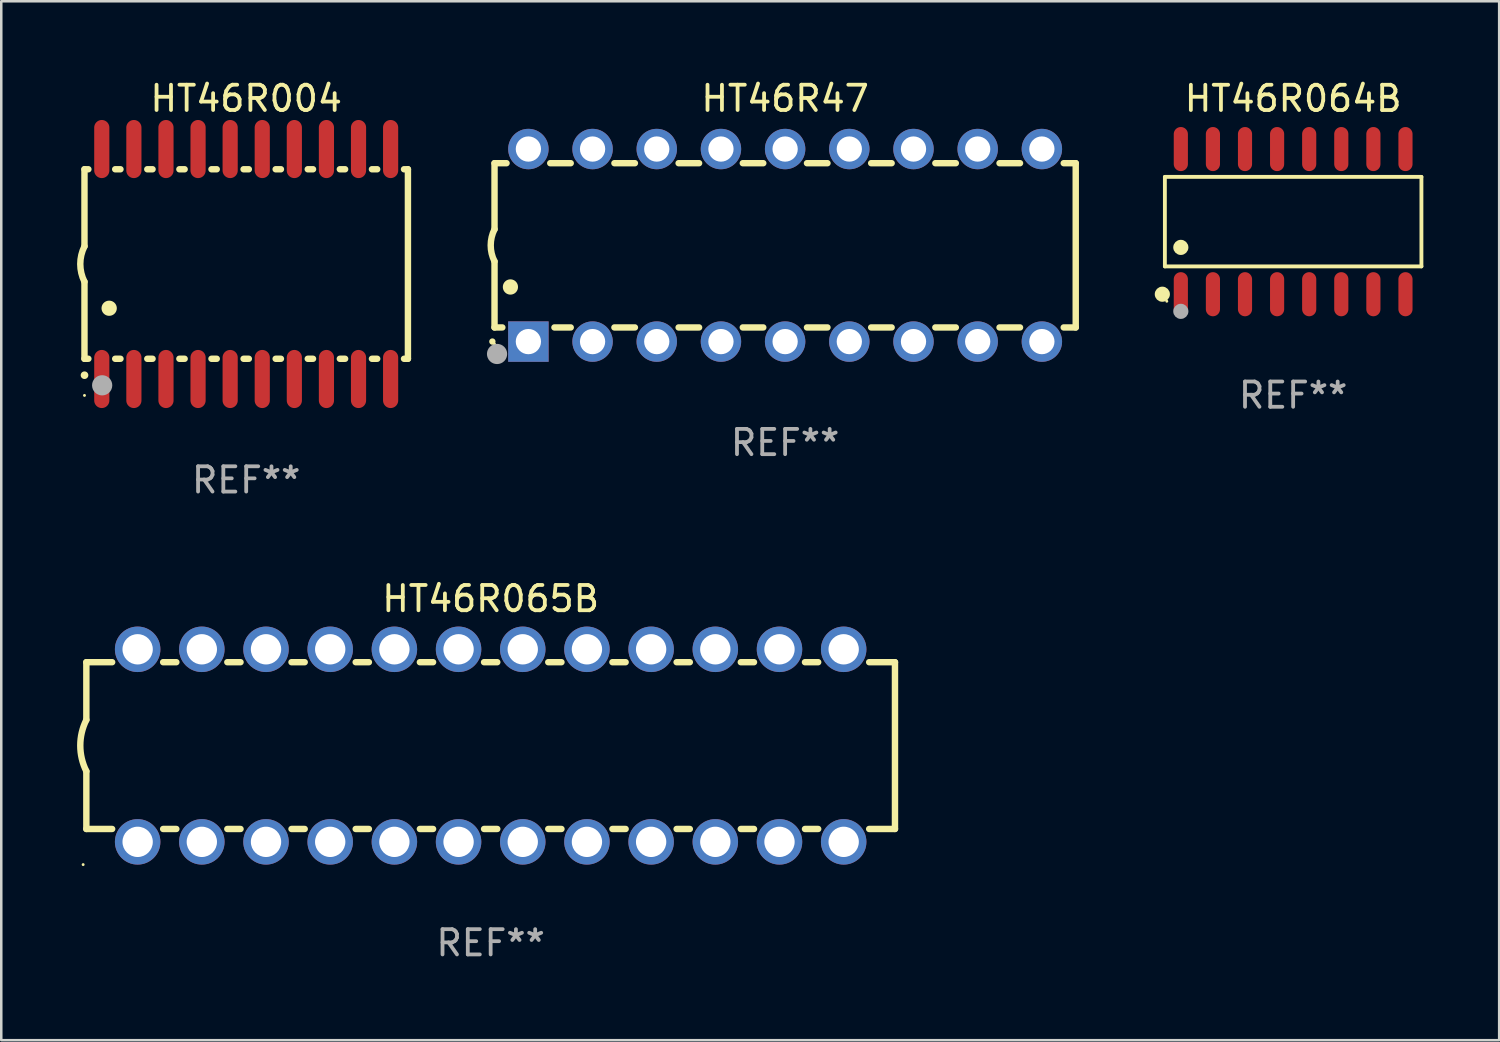
<source format=kicad_pcb>
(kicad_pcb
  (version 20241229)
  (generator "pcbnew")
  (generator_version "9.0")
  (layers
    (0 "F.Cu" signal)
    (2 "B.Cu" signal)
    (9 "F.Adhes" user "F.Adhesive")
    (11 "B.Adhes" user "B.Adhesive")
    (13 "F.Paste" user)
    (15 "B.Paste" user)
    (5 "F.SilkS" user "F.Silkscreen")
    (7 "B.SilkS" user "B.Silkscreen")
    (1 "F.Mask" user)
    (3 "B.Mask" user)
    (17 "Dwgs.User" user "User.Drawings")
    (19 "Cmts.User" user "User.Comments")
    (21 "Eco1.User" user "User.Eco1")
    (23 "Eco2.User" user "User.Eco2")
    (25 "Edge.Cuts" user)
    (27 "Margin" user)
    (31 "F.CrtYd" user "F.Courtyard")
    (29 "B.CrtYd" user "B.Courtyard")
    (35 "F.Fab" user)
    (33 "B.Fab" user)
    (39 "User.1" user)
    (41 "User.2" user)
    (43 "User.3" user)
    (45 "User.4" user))
  (footprint "HT46R47"
    (layer "F.Cu")
    (at 28.02 6.658)
    (property "Reference" "HT46R47" (at 0 -5.81 0) (layer "F.SilkS") (effects (font (size 1 1) (thickness 0.15))))
    (attr through_hole)
    (fp_line (start -11.5 -3.25) (end -11.5 -0.635) (stroke (width 0.254) (type solid)) (layer "F.SilkS"))
    (fp_line (start -11.5 3.25) (end -11.5 0.635) (stroke (width 0.254) (type solid)) (layer "F.SilkS"))
    (fp_line (start -11.5 3.25) (end -11.191 3.25) (stroke (width 0.254) (type solid)) (layer "F.SilkS"))
    (fp_line (start -11.025 -3.25) (end -11.5 -3.25) (stroke (width 0.254) (type solid)) (layer "F.SilkS"))
    (fp_line (start -9.129 3.25) (end -8.485 3.25) (stroke (width 0.254) (type solid)) (layer "F.SilkS"))
    (fp_line (start -8.485 -3.25) (end -9.295 -3.25) (stroke (width 0.254) (type solid)) (layer "F.SilkS"))
    (fp_line (start -6.755 3.25) (end -5.945 3.25) (stroke (width 0.254) (type solid)) (layer "F.SilkS"))
    (fp_line (start -5.945 -3.25) (end -6.755 -3.25) (stroke (width 0.254) (type solid)) (layer "F.SilkS"))
    (fp_line (start -4.215 3.25) (end -3.405 3.25) (stroke (width 0.254) (type solid)) (layer "F.SilkS"))
    (fp_line (start -3.405 -3.25) (end -4.215 -3.25) (stroke (width 0.254) (type solid)) (layer "F.SilkS"))
    (fp_line (start -1.675 3.25) (end -0.865 3.25) (stroke (width 0.254) (type solid)) (layer "F.SilkS"))
    (fp_line (start -0.865 -3.25) (end -1.675 -3.25) (stroke (width 0.254) (type solid)) (layer "F.SilkS"))
    (fp_line (start 0.865 3.25) (end 1.675 3.25) (stroke (width 0.254) (type solid)) (layer "F.SilkS"))
    (fp_line (start 1.675 -3.25) (end 0.865 -3.25) (stroke (width 0.254) (type solid)) (layer "F.SilkS"))
    (fp_line (start 3.405 3.25) (end 4.215 3.25) (stroke (width 0.254) (type solid)) (layer "F.SilkS"))
    (fp_line (start 4.215 -3.25) (end 3.405 -3.25) (stroke (width 0.254) (type solid)) (layer "F.SilkS"))
    (fp_line (start 5.945 3.25) (end 6.755 3.25) (stroke (width 0.254) (type solid)) (layer "F.SilkS"))
    (fp_line (start 6.755 -3.25) (end 5.945 -3.25) (stroke (width 0.254) (type solid)) (layer "F.SilkS"))
    (fp_line (start 8.485 3.25) (end 9.295 3.25) (stroke (width 0.254) (type solid)) (layer "F.SilkS"))
    (fp_line (start 9.295 -3.25) (end 8.485 -3.25) (stroke (width 0.254) (type solid)) (layer "F.SilkS"))
    (fp_line (start 11.025 3.25) (end 11.5 3.25) (stroke (width 0.254) (type solid)) (layer "F.SilkS"))
    (fp_line (start 11.5 -3.25) (end 11.025 -3.25) (stroke (width 0.254) (type solid)) (layer "F.SilkS"))
    (fp_line (start 11.5 -3.25) (end 11.5 3.25) (stroke (width 0.254) (type solid)) (layer "F.SilkS"))
    (fp_arc (start -11.584963 3.810008) (mid -11.58497 3.808738) (end -11.584963 3.807468) (stroke (width 0.25) (type solid)) (layer "F.SilkS"))
    (fp_arc (start -11.501143 0.635001) (mid -11.650665 -0.000132) (end -11.500025 -0.635001) (stroke (width 0.254001) (type solid)) (layer "F.SilkS"))
    (fp_arc (start -10.871222 1.651003) (mid -10.871233 1.648463) (end -10.871222 1.645923) (stroke (width 0.6) (type solid)) (layer "F.SilkS"))
    (fp_circle (center -11.5 3.91) (end -11.47 3.91) (stroke (width 0.06) (type solid)) (fill no) (layer "F.SilkS"))
    (fp_circle (center -11.4 4.3) (end -11.2 4.3) (stroke (width 0.4) (type solid)) (fill no) (layer "F.Fab"))
    (fp_text user "REF**" (at 0 7.81 0) (layer "F.Fab") (effects (font (size 1 1) (thickness 0.15))))
    (pad "1" thru_hole rect (at -10.16 3.81 90) (size 1.6 1.6) (drill 1) (layers "*.Cu" "*.Mask"))
    (pad "2" thru_hole circle (at -7.62 3.81 90) (size 1.6 1.6) (drill 1) (layers "*.Cu" "*.Mask"))
    (pad "3" thru_hole circle (at -5.08 3.81 90) (size 1.6 1.6) (drill 1) (layers "*.Cu" "*.Mask"))
    (pad "4" thru_hole circle (at -2.54 3.81 90) (size 1.6 1.6) (drill 1) (layers "*.Cu" "*.Mask"))
    (pad "5" thru_hole circle (at 0 3.81 90) (size 1.6 1.6) (drill 1) (layers "*.Cu" "*.Mask"))
    (pad "6" thru_hole circle (at 2.54 3.81 90) (size 1.6 1.6) (drill 1) (layers "*.Cu" "*.Mask"))
    (pad "7" thru_hole circle (at 5.08 3.81 90) (size 1.6 1.6) (drill 1) (layers "*.Cu" "*.Mask"))
    (pad "8" thru_hole circle (at 7.62 3.81 90) (size 1.6 1.6) (drill 1) (layers "*.Cu" "*.Mask"))
    (pad "9" thru_hole circle (at 10.16 3.81 90) (size 1.6 1.6) (drill 1) (layers "*.Cu" "*.Mask"))
    (pad "10" thru_hole circle (at 10.16 -3.81 90) (size 1.6 1.6) (drill 1) (layers "*.Cu" "*.Mask"))
    (pad "11" thru_hole circle (at 7.62 -3.81 90) (size 1.6 1.6) (drill 1) (layers "*.Cu" "*.Mask"))
    (pad "12" thru_hole circle (at 5.08 -3.81 90) (size 1.6 1.6) (drill 1) (layers "*.Cu" "*.Mask"))
    (pad "13" thru_hole circle (at 2.54 -3.81 90) (size 1.6 1.6) (drill 1) (layers "*.Cu" "*.Mask"))
    (pad "14" thru_hole circle (at 0 -3.81 90) (size 1.6 1.6) (drill 1) (layers "*.Cu" "*.Mask"))
    (pad "15" thru_hole circle (at -2.54 -3.81 90) (size 1.6 1.6) (drill 1) (layers "*.Cu" "*.Mask"))
    (pad "16" thru_hole circle (at -5.08 -3.81 90) (size 1.6 1.6) (drill 1) (layers "*.Cu" "*.Mask"))
    (pad "17" thru_hole circle (at -7.62 -3.81 90) (size 1.6 1.6) (drill 1) (layers "*.Cu" "*.Mask"))
    (pad "18" thru_hole circle (at -10.16 -3.81 90) (size 1.6 1.6) (drill 1) (layers "*.Cu" "*.Mask")))
  (footprint "HT46R065B"
    (layer "F.Cu")
    (at 16.367 26.455)
    (property "Reference" "HT46R065B" (at 0 -5.81 0) (layer "F.SilkS") (effects (font (size 1 1) (thickness 0.15))))
    (attr through_hole)
    (fp_line (start -16 -3.3) (end -16 -1.017) (stroke (width 0.254) (type solid)) (layer "F.SilkS"))
    (fp_line (start -16 -3.3) (end -14.979 -3.3) (stroke (width 0.254) (type solid)) (layer "F.SilkS"))
    (fp_line (start -16 3.3) (end -16 1.015) (stroke (width 0.254) (type solid)) (layer "F.SilkS"))
    (fp_line (start -14.979 3.3) (end -16 3.3) (stroke (width 0.254) (type solid)) (layer "F.SilkS"))
    (fp_line (start -12.961 -3.3) (end -12.439 -3.3) (stroke (width 0.254) (type solid)) (layer "F.SilkS"))
    (fp_line (start -12.439 3.3) (end -12.961 3.3) (stroke (width 0.254) (type solid)) (layer "F.SilkS"))
    (fp_line (start -10.421 -3.3) (end -9.899 -3.3) (stroke (width 0.254) (type solid)) (layer "F.SilkS"))
    (fp_line (start -9.899 3.3) (end -10.421 3.3) (stroke (width 0.254) (type solid)) (layer "F.SilkS"))
    (fp_line (start -7.881 -3.3) (end -7.359 -3.3) (stroke (width 0.254) (type solid)) (layer "F.SilkS"))
    (fp_line (start -7.359 3.3) (end -7.881 3.3) (stroke (width 0.254) (type solid)) (layer "F.SilkS"))
    (fp_line (start -5.341 -3.3) (end -4.819 -3.3) (stroke (width 0.254) (type solid)) (layer "F.SilkS"))
    (fp_line (start -4.819 3.3) (end -5.341 3.3) (stroke (width 0.254) (type solid)) (layer "F.SilkS"))
    (fp_line (start -2.801 -3.3) (end -2.279 -3.3) (stroke (width 0.254) (type solid)) (layer "F.SilkS"))
    (fp_line (start -2.279 3.3) (end -2.801 3.3) (stroke (width 0.254) (type solid)) (layer "F.SilkS"))
    (fp_line (start -0.261 -3.3) (end 0.261 -3.3) (stroke (width 0.254) (type solid)) (layer "F.SilkS"))
    (fp_line (start 0.261 3.3) (end -0.261 3.3) (stroke (width 0.254) (type solid)) (layer "F.SilkS"))
    (fp_line (start 2.279 -3.3) (end 2.801 -3.3) (stroke (width 0.254) (type solid)) (layer "F.SilkS"))
    (fp_line (start 2.801 3.3) (end 2.279 3.3) (stroke (width 0.254) (type solid)) (layer "F.SilkS"))
    (fp_line (start 4.819 -3.3) (end 5.341 -3.3) (stroke (width 0.254) (type solid)) (layer "F.SilkS"))
    (fp_line (start 5.341 3.3) (end 4.819 3.3) (stroke (width 0.254) (type solid)) (layer "F.SilkS"))
    (fp_line (start 7.359 -3.3) (end 7.881 -3.3) (stroke (width 0.254) (type solid)) (layer "F.SilkS"))
    (fp_line (start 7.881 3.3) (end 7.359 3.3) (stroke (width 0.254) (type solid)) (layer "F.SilkS"))
    (fp_line (start 9.899 -3.3) (end 10.421 -3.3) (stroke (width 0.254) (type solid)) (layer "F.SilkS"))
    (fp_line (start 10.421 3.3) (end 9.899 3.3) (stroke (width 0.254) (type solid)) (layer "F.SilkS"))
    (fp_line (start 12.439 -3.3) (end 12.961 -3.3) (stroke (width 0.254) (type solid)) (layer "F.SilkS"))
    (fp_line (start 12.961 3.3) (end 12.439 3.3) (stroke (width 0.254) (type solid)) (layer "F.SilkS"))
    (fp_line (start 14.979 -3.3) (end 16 -3.3) (stroke (width 0.254) (type solid)) (layer "F.SilkS"))
    (fp_line (start 16 -3.3) (end 16 3.3) (stroke (width 0.254) (type solid)) (layer "F.SilkS"))
    (fp_line (start 16 3.3) (end 14.979 3.3) (stroke (width 0.254) (type solid)) (layer "F.SilkS"))
    (fp_arc (start -16.000025 1.01524) (mid -16.239871 -0.000762) (end -16.000025 -1.016764) (stroke (width 0.254001) (type solid)) (layer "F.SilkS"))
    (fp_circle (center -16.127 4.71) (end -16.097 4.71) (stroke (width 0.06) (type solid)) (fill no) (layer "F.SilkS"))
    (fp_text user "REF**" (at 0 7.81 0) (layer "F.Fab") (effects (font (size 1 1) (thickness 0.15))))
    (pad "1" thru_hole circle (at -13.97 3.81) (size 1.8 1.8) (drill 1.2) (layers "*.Cu" "*.Mask"))
    (pad "2" thru_hole circle (at -11.43 3.81) (size 1.8 1.8) (drill 1.2) (layers "*.Cu" "*.Mask"))
    (pad "3" thru_hole circle (at -8.89 3.81) (size 1.8 1.8) (drill 1.2) (layers "*.Cu" "*.Mask"))
    (pad "4" thru_hole circle (at -6.35 3.81) (size 1.8 1.8) (drill 1.2) (layers "*.Cu" "*.Mask"))
    (pad "5" thru_hole circle (at -3.81 3.81) (size 1.8 1.8) (drill 1.2) (layers "*.Cu" "*.Mask"))
    (pad "6" thru_hole circle (at -1.27 3.81) (size 1.8 1.8) (drill 1.2) (layers "*.Cu" "*.Mask"))
    (pad "7" thru_hole circle (at 1.27 3.81) (size 1.8 1.8) (drill 1.2) (layers "*.Cu" "*.Mask"))
    (pad "8" thru_hole circle (at 3.81 3.81) (size 1.8 1.8) (drill 1.2) (layers "*.Cu" "*.Mask"))
    (pad "9" thru_hole circle (at 6.35 3.81) (size 1.8 1.8) (drill 1.2) (layers "*.Cu" "*.Mask"))
    (pad "10" thru_hole circle (at 8.89 3.81) (size 1.8 1.8) (drill 1.2) (layers "*.Cu" "*.Mask"))
    (pad "11" thru_hole circle (at 11.43 3.81) (size 1.8 1.8) (drill 1.2) (layers "*.Cu" "*.Mask"))
    (pad "12" thru_hole circle (at 13.97 3.81) (size 1.8 1.8) (drill 1.2) (layers "*.Cu" "*.Mask"))
    (pad "13" thru_hole circle (at 13.97 -3.81) (size 1.8 1.8) (drill 1.2) (layers "*.Cu" "*.Mask"))
    (pad "14" thru_hole circle (at 11.43 -3.81) (size 1.8 1.8) (drill 1.2) (layers "*.Cu" "*.Mask"))
    (pad "15" thru_hole circle (at 8.89 -3.81) (size 1.8 1.8) (drill 1.2) (layers "*.Cu" "*.Mask"))
    (pad "16" thru_hole circle (at 6.35 -3.81) (size 1.8 1.8) (drill 1.2) (layers "*.Cu" "*.Mask"))
    (pad "17" thru_hole circle (at 3.81 -3.81) (size 1.8 1.8) (drill 1.2) (layers "*.Cu" "*.Mask"))
    (pad "18" thru_hole circle (at 1.27 -3.81) (size 1.8 1.8) (drill 1.2) (layers "*.Cu" "*.Mask"))
    (pad "19" thru_hole circle (at -1.27 -3.81) (size 1.8 1.8) (drill 1.2) (layers "*.Cu" "*.Mask"))
    (pad "20" thru_hole circle (at -3.81 -3.81) (size 1.8 1.8) (drill 1.2) (layers "*.Cu" "*.Mask"))
    (pad "21" thru_hole circle (at -6.35 -3.81) (size 1.8 1.8) (drill 1.2) (layers "*.Cu" "*.Mask"))
    (pad "22" thru_hole circle (at -8.89 -3.81) (size 1.8 1.8) (drill 1.2) (layers "*.Cu" "*.Mask"))
    (pad "23" thru_hole circle (at -11.43 -3.81) (size 1.8 1.8) (drill 1.2) (layers "*.Cu" "*.Mask"))
    (pad "24" thru_hole circle (at -13.97 -3.81) (size 1.8 1.8) (drill 1.2) (layers "*.Cu" "*.Mask")))
  (footprint "HT46R064B"
    (layer "F.Cu")
    (at 48.124 5.721)
    (property "Reference" "HT46R064B" (at 0 -4.872 0) (layer "F.SilkS") (effects (font (size 1 1) (thickness 0.15))))
    (attr through_hole)
    (fp_line (start -5.076 -1.771) (end 5.076 -1.771) (stroke (width 0.152) (type solid)) (layer "F.SilkS"))
    (fp_line (start -5.076 1.771) (end -5.076 -1.771) (stroke (width 0.152) (type solid)) (layer "F.SilkS"))
    (fp_line (start 5.076 -1.771) (end 5.076 1.771) (stroke (width 0.152) (type solid)) (layer "F.SilkS"))
    (fp_line (start 5.076 1.771) (end -5.076 1.771) (stroke (width 0.152) (type solid)) (layer "F.SilkS"))
    (fp_circle (center -5.177 2.872) (end -5.027 2.872) (stroke (width 0.3) (type solid)) (fill no) (layer "F.SilkS"))
    (fp_circle (center -5 3.15) (end -4.97 3.15) (stroke (width 0.06) (type solid)) (fill no) (layer "F.SilkS"))
    (fp_circle (center -4.445 1.019) (end -4.295 1.019) (stroke (width 0.3) (type solid)) (fill no) (layer "F.SilkS"))
    (fp_circle (center -4.445 3.55) (end -4.295 3.55) (stroke (width 0.3) (type solid)) (fill no) (layer "F.Fab"))
    (fp_text user "REF**" (at 0 6.872 0) (layer "F.Fab") (effects (font (size 1 1) (thickness 0.15))))
    (pad "1" smd oval (at -4.445 2.872) (size 0.56 1.745) (layers "F.Cu" "F.Mask" "F.Paste"))
    (pad "2" smd oval (at -3.175 2.872) (size 0.56 1.745) (layers "F.Cu" "F.Mask" "F.Paste"))
    (pad "3" smd oval (at -1.905 2.872) (size 0.56 1.745) (layers "F.Cu" "F.Mask" "F.Paste"))
    (pad "4" smd oval (at -0.635 2.872) (size 0.56 1.745) (layers "F.Cu" "F.Mask" "F.Paste"))
    (pad "5" smd oval (at 0.635 2.872) (size 0.56 1.745) (layers "F.Cu" "F.Mask" "F.Paste"))
    (pad "6" smd oval (at 1.905 2.872) (size 0.56 1.745) (layers "F.Cu" "F.Mask" "F.Paste"))
    (pad "7" smd oval (at 3.175 2.872) (size 0.56 1.745) (layers "F.Cu" "F.Mask" "F.Paste"))
    (pad "8" smd oval (at 4.445 2.872) (size 0.56 1.745) (layers "F.Cu" "F.Mask" "F.Paste"))
    (pad "9" smd oval (at 4.445 -2.872) (size 0.56 1.745) (layers "F.Cu" "F.Mask" "F.Paste"))
    (pad "10" smd oval (at 3.175 -2.872) (size 0.56 1.745) (layers "F.Cu" "F.Mask" "F.Paste"))
    (pad "11" smd oval (at 1.905 -2.872) (size 0.56 1.745) (layers "F.Cu" "F.Mask" "F.Paste"))
    (pad "12" smd oval (at 0.635 -2.872) (size 0.56 1.745) (layers "F.Cu" "F.Mask" "F.Paste"))
    (pad "13" smd oval (at -0.635 -2.872) (size 0.56 1.745) (layers "F.Cu" "F.Mask" "F.Paste"))
    (pad "14" smd oval (at -1.905 -2.872) (size 0.56 1.745) (layers "F.Cu" "F.Mask" "F.Paste"))
    (pad "15" smd oval (at -3.175 -2.872) (size 0.56 1.745) (layers "F.Cu" "F.Mask" "F.Paste"))
    (pad "16" smd oval (at -4.445 -2.872) (size 0.56 1.745) (layers "F.Cu" "F.Mask" "F.Paste")))
  (footprint "HT46R004"
    (layer "F.Cu")
    (at 6.693 7.398)
    (property "Reference" "HT46R004" (at 0 -6.55 0) (layer "F.SilkS") (effects (font (size 1 1) (thickness 0.15))))
    (attr through_hole)
    (fp_line (start -6.4 -3.75) (end -6.4 -0.7) (stroke (width 0.254) (type solid)) (layer "F.SilkS"))
    (fp_line (start -6.4 -3.75) (end -6.246 -3.75) (stroke (width 0.254) (type solid)) (layer "F.SilkS"))
    (fp_line (start -6.4 3.75) (end -6.4 0.7) (stroke (width 0.254) (type solid)) (layer "F.SilkS"))
    (fp_line (start -6.246 3.75) (end -6.4 3.75) (stroke (width 0.254) (type solid)) (layer "F.SilkS"))
    (fp_line (start -5.184 -3.75) (end -4.976 -3.75) (stroke (width 0.254) (type solid)) (layer "F.SilkS"))
    (fp_line (start -4.976 3.75) (end -5.184 3.75) (stroke (width 0.254) (type solid)) (layer "F.SilkS"))
    (fp_line (start -3.914 -3.75) (end -3.706 -3.75) (stroke (width 0.254) (type solid)) (layer "F.SilkS"))
    (fp_line (start -3.706 3.75) (end -3.914 3.75) (stroke (width 0.254) (type solid)) (layer "F.SilkS"))
    (fp_line (start -2.644 -3.75) (end -2.436 -3.75) (stroke (width 0.254) (type solid)) (layer "F.SilkS"))
    (fp_line (start -2.436 3.75) (end -2.644 3.75) (stroke (width 0.254) (type solid)) (layer "F.SilkS"))
    (fp_line (start -1.374 -3.75) (end -1.166 -3.75) (stroke (width 0.254) (type solid)) (layer "F.SilkS"))
    (fp_line (start -1.166 3.75) (end -1.374 3.75) (stroke (width 0.254) (type solid)) (layer "F.SilkS"))
    (fp_line (start -0.104 -3.75) (end 0.104 -3.75) (stroke (width 0.254) (type solid)) (layer "F.SilkS"))
    (fp_line (start 0.104 3.75) (end -0.104 3.75) (stroke (width 0.254) (type solid)) (layer "F.SilkS"))
    (fp_line (start 1.166 -3.75) (end 1.374 -3.75) (stroke (width 0.254) (type solid)) (layer "F.SilkS"))
    (fp_line (start 1.374 3.75) (end 1.166 3.75) (stroke (width 0.254) (type solid)) (layer "F.SilkS"))
    (fp_line (start 2.436 -3.75) (end 2.644 -3.75) (stroke (width 0.254) (type solid)) (layer "F.SilkS"))
    (fp_line (start 2.644 3.75) (end 2.436 3.75) (stroke (width 0.254) (type solid)) (layer "F.SilkS"))
    (fp_line (start 3.706 -3.75) (end 3.914 -3.75) (stroke (width 0.254) (type solid)) (layer "F.SilkS"))
    (fp_line (start 3.914 3.75) (end 3.706 3.75) (stroke (width 0.254) (type solid)) (layer "F.SilkS"))
    (fp_line (start 4.976 -3.75) (end 5.184 -3.75) (stroke (width 0.254) (type solid)) (layer "F.SilkS"))
    (fp_line (start 5.184 3.75) (end 4.976 3.75) (stroke (width 0.254) (type solid)) (layer "F.SilkS"))
    (fp_line (start 6.246 -3.75) (end 6.4 -3.75) (stroke (width 0.254) (type solid)) (layer "F.SilkS"))
    (fp_line (start 6.4 -3.75) (end 6.4 3.75) (stroke (width 0.254) (type solid)) (layer "F.SilkS"))
    (fp_line (start 6.4 3.75) (end 6.246 3.75) (stroke (width 0.254) (type solid)) (layer "F.SilkS"))
    (fp_arc (start -6.400812 0.701041) (mid -6.565912 0.000428) (end -6.400025 -0.7) (stroke (width 0.254001) (type solid)) (layer "F.SilkS"))
    (fp_arc (start -6.400025 4.4) (mid -6.398755 4.399995) (end -6.397485 4.4) (stroke (width 0.3) (type solid)) (layer "F.SilkS"))
    (fp_arc (start -5.425451 1.750064) (mid -5.422911 1.750053) (end -5.420371 1.750064) (stroke (width 0.6) (type solid)) (layer "F.SilkS"))
    (fp_circle (center -6.4 5.2) (end -6.37 5.2) (stroke (width 0.06) (type solid)) (fill no) (layer "F.SilkS"))
    (fp_circle (center -5.7 4.8) (end -5.5 4.8) (stroke (width 0.4) (type solid)) (fill no) (layer "F.Fab"))
    (fp_text user "REF**" (at 0 8.55 0) (layer "F.Fab") (effects (font (size 1 1) (thickness 0.15))))
    (pad "1" smd oval (at -5.715 4.55 180) (size 0.6 2.3) (layers "F.Cu" "F.Mask" "F.Paste"))
    (pad "2" smd oval (at -4.445 4.55 180) (size 0.6 2.3) (layers "F.Cu" "F.Mask" "F.Paste"))
    (pad "3" smd oval (at -3.175 4.55 180) (size 0.6 2.3) (layers "F.Cu" "F.Mask" "F.Paste"))
    (pad "4" smd oval (at -1.905 4.55 180) (size 0.6 2.3) (layers "F.Cu" "F.Mask" "F.Paste"))
    (pad "5" smd oval (at -0.635 4.55 180) (size 0.6 2.3) (layers "F.Cu" "F.Mask" "F.Paste"))
    (pad "6" smd oval (at 0.635 4.55 180) (size 0.6 2.3) (layers "F.Cu" "F.Mask" "F.Paste"))
    (pad "7" smd oval (at 1.905 4.55 180) (size 0.6 2.3) (layers "F.Cu" "F.Mask" "F.Paste"))
    (pad "8" smd oval (at 3.175 4.55 180) (size 0.6 2.3) (layers "F.Cu" "F.Mask" "F.Paste"))
    (pad "9" smd oval (at 4.445 4.55 180) (size 0.6 2.3) (layers "F.Cu" "F.Mask" "F.Paste"))
    (pad "10" smd oval (at 5.715 4.55 180) (size 0.6 2.3) (layers "F.Cu" "F.Mask" "F.Paste"))
    (pad "11" smd oval (at 5.715 -4.55 180) (size 0.6 2.3) (layers "F.Cu" "F.Mask" "F.Paste"))
    (pad "12" smd oval (at 4.445 -4.55 180) (size 0.6 2.3) (layers "F.Cu" "F.Mask" "F.Paste"))
    (pad "13" smd oval (at 3.175 -4.55 180) (size 0.6 2.3) (layers "F.Cu" "F.Mask" "F.Paste"))
    (pad "14" smd oval (at 1.905 -4.55 180) (size 0.6 2.3) (layers "F.Cu" "F.Mask" "F.Paste"))
    (pad "15" smd oval (at 0.635 -4.55 180) (size 0.6 2.3) (layers "F.Cu" "F.Mask" "F.Paste"))
    (pad "16" smd oval (at -0.635 -4.55 180) (size 0.6 2.3) (layers "F.Cu" "F.Mask" "F.Paste"))
    (pad "17" smd oval (at -1.905 -4.55 180) (size 0.6 2.3) (layers "F.Cu" "F.Mask" "F.Paste"))
    (pad "18" smd oval (at -3.175 -4.55 180) (size 0.6 2.3) (layers "F.Cu" "F.Mask" "F.Paste"))
    (pad "19" smd oval (at -4.445 -4.55 180) (size 0.6 2.3) (layers "F.Cu" "F.Mask" "F.Paste"))
    (pad "20" smd oval (at -5.715 -4.55 180) (size 0.6 2.3) (layers "F.Cu" "F.Mask" "F.Paste")))
  (gr_rect
    (start -3 -3)
    (end 56.277 38.113)
    (stroke (width 0.1) (type default))
    (fill no)
    (layer "Edge.Cuts")))
</source>
